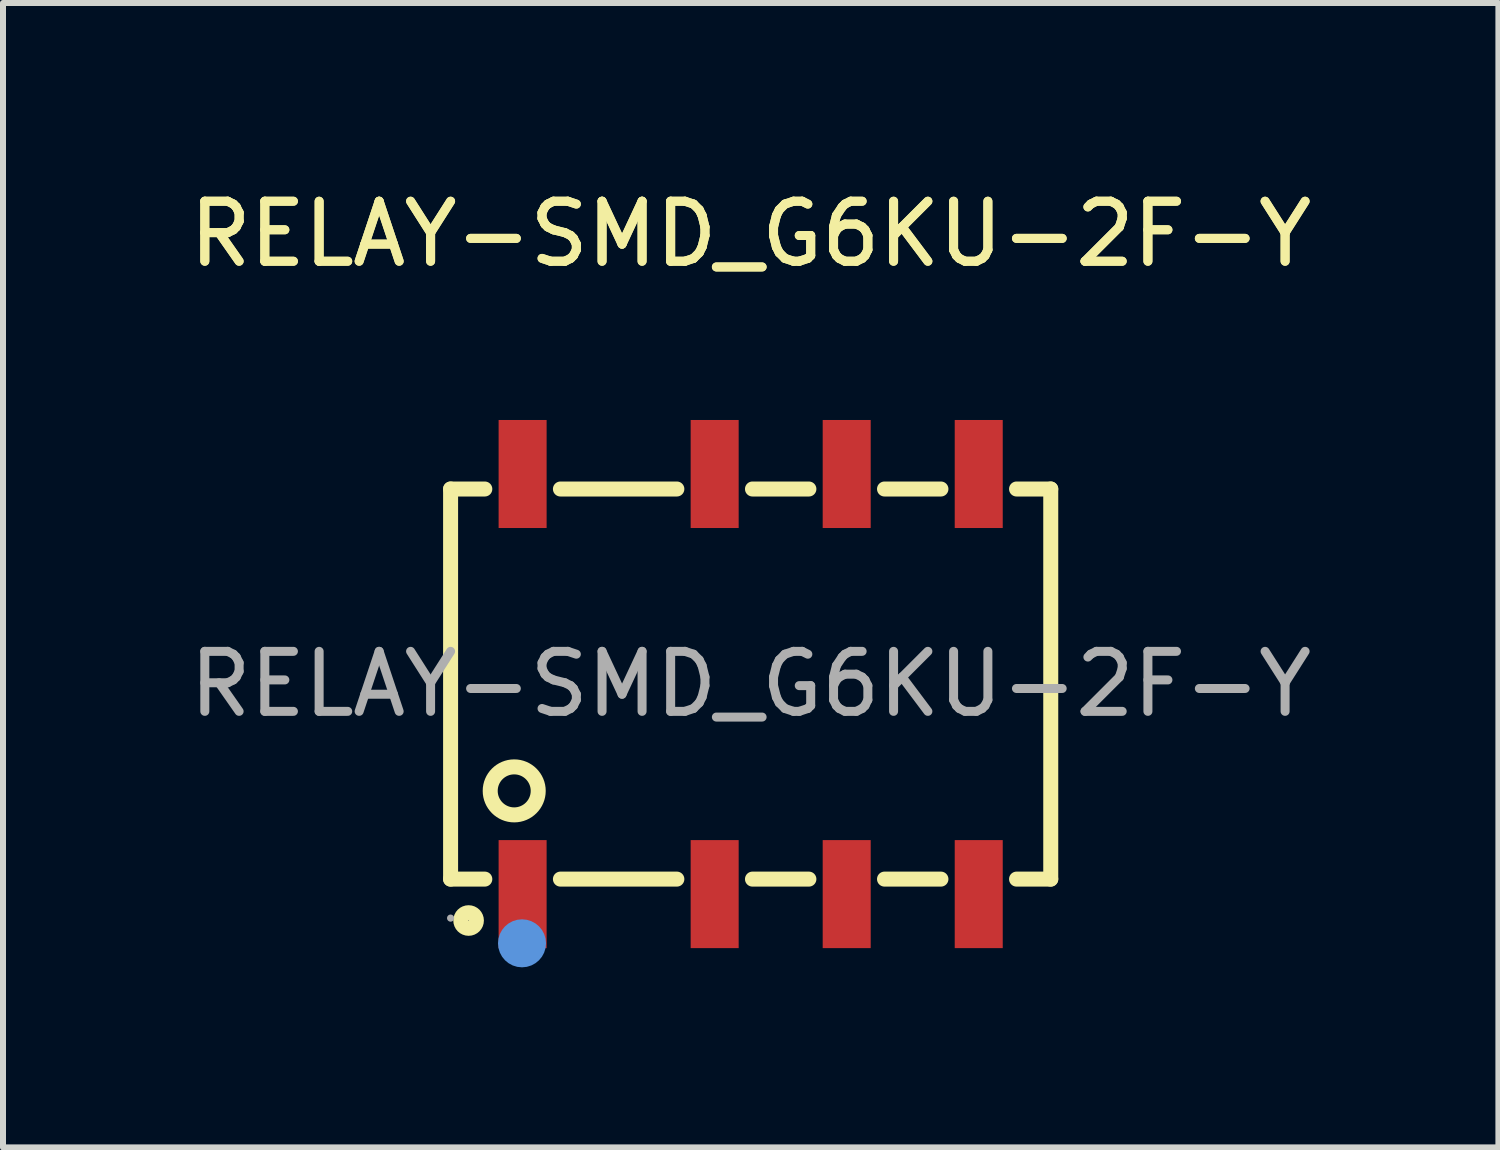
<source format=kicad_pcb>
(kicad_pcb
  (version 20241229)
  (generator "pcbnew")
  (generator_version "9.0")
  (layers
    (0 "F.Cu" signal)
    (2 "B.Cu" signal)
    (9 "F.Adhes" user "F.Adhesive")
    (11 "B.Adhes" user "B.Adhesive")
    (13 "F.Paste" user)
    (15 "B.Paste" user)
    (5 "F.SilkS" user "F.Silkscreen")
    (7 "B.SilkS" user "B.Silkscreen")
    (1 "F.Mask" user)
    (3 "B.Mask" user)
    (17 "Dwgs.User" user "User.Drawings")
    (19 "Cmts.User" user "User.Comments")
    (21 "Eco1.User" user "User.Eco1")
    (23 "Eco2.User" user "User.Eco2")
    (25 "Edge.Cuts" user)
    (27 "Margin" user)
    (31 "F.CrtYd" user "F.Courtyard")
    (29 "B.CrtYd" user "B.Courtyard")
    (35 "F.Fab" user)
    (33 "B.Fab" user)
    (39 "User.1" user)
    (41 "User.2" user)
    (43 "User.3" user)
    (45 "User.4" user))
  (footprint "RELAY-SMD_G6KU-2F-Y"
    (layer "F.Cu")
    (at 9.458 8.348)
    (property "Reference" "RELAY-SMD_G6KU-2F-Y" (at 0 -7.5 0) (layer "F.SilkS") (effects (font (size 1 1) (thickness 0.15))))
    (attr smd)
    (fp_line (start -5 -3.25) (end -5 3.25) (stroke (width 0.25) (type solid)) (layer "F.SilkS"))
    (fp_line (start -5 -3.25) (end -4.43 -3.25) (stroke (width 0.25) (type solid)) (layer "F.SilkS"))
    (fp_line (start -5 3.25) (end -4.43 3.25) (stroke (width 0.25) (type solid)) (layer "F.SilkS"))
    (fp_line (start -3.17 -3.25) (end -1.23 -3.25) (stroke (width 0.25) (type solid)) (layer "F.SilkS"))
    (fp_line (start -3.17 3.25) (end -1.23 3.25) (stroke (width 0.25) (type solid)) (layer "F.SilkS"))
    (fp_line (start 0.03 -3.25) (end 0.97 -3.25) (stroke (width 0.25) (type solid)) (layer "F.SilkS"))
    (fp_line (start 0.03 3.25) (end 0.97 3.25) (stroke (width 0.25) (type solid)) (layer "F.SilkS"))
    (fp_line (start 2.23 -3.25) (end 3.17 -3.25) (stroke (width 0.25) (type solid)) (layer "F.SilkS"))
    (fp_line (start 2.23 3.25) (end 3.17 3.25) (stroke (width 0.25) (type solid)) (layer "F.SilkS"))
    (fp_line (start 4.43 -3.25) (end 5 -3.25) (stroke (width 0.25) (type solid)) (layer "F.SilkS"))
    (fp_line (start 4.43 3.25) (end 5 3.25) (stroke (width 0.25) (type solid)) (layer "F.SilkS"))
    (fp_line (start 5 -3.25) (end 5 3.25) (stroke (width 0.25) (type solid)) (layer "F.SilkS"))
    (fp_circle (center -4.7 3.94) (end -4.57 3.94) (stroke (width 0.25) (type solid)) (fill no) (layer "F.SilkS"))
    (fp_circle (center -3.94 1.78) (end -3.54 1.78) (stroke (width 0.25) (type solid)) (fill no) (layer "F.SilkS"))
    (fp_circle (center -3.81 4.32) (end -3.61 4.32) (stroke (width 0.4) (type solid)) (fill no) (layer "Cmts.User"))
    (fp_circle (center -5 3.9) (end -4.97 3.9) (stroke (width 0.06) (type solid)) (fill no) (layer "F.Fab"))
    (fp_text user "${REFERENCE}" (at 0 -7.5 0) (layer "F.SilkS") (effects (font (size 1 1) (thickness 0.15))))
    (fp_text user "${REFERENCE}" (at 0 0 0) (layer "F.Fab") (effects (font (size 1 1) (thickness 0.15))))
    (pad "1" smd rect (at -3.8 3.5) (size 0.8 1.8) (layers "F.Cu" "F.Mask" "F.Paste"))
    (pad "2" smd rect (at -0.6 3.5) (size 0.8 1.8) (layers "F.Cu" "F.Mask" "F.Paste"))
    (pad "3" smd rect (at 1.6 3.5) (size 0.8 1.8) (layers "F.Cu" "F.Mask" "F.Paste"))
    (pad "4" smd rect (at 3.8 3.5) (size 0.8 1.8) (layers "F.Cu" "F.Mask" "F.Paste"))
    (pad "5" smd rect (at 3.8 -3.5) (size 0.8 1.8) (layers "F.Cu" "F.Mask" "F.Paste"))
    (pad "6" smd rect (at 1.6 -3.5) (size 0.8 1.8) (layers "F.Cu" "F.Mask" "F.Paste"))
    (pad "7" smd rect (at -0.6 -3.5) (size 0.8 1.8) (layers "F.Cu" "F.Mask" "F.Paste"))
    (pad "8" smd rect (at -3.8 -3.5) (size 0.8 1.8) (layers "F.Cu" "F.Mask" "F.Paste")))
  (gr_rect
    (start -3 -3)
    (end 21.917 16.068)
    (stroke (width 0.1) (type default))
    (fill no)
    (layer "Edge.Cuts")))
</source>
